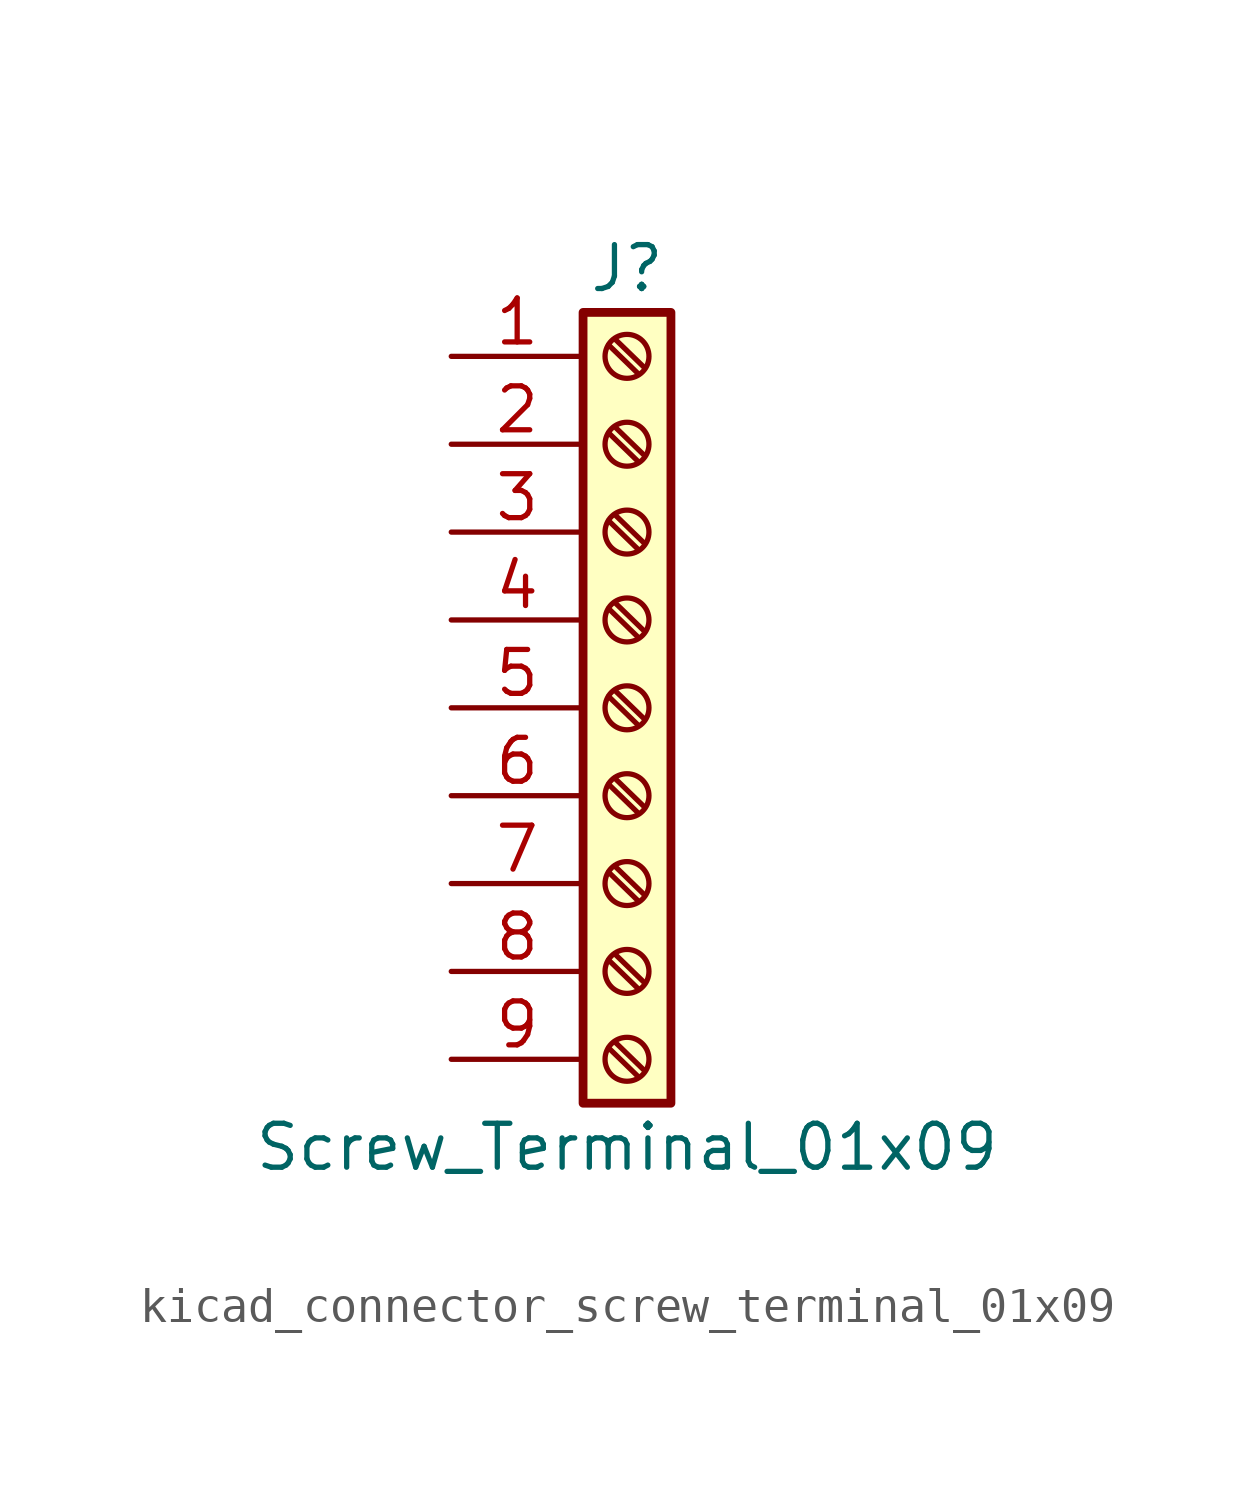
<source format=kicad_sym>
(kicad_symbol_lib
  (version 20220914)
  (generator kicad_symbol_editor)
  (symbol "kicad_connector_screw_terminal_01x09"
    (pin_names
      (offset 1.016) hide)
    (property "Reference" "J"
      (at 0 12.7 0)
      (effects (font (size 1.27 1.27))))
    (property "Value" "Screw_Terminal_01x09"
      (at 0 -12.7 0)
      (effects (font (size 1.27 1.27))))
    (symbol "kicad_connector_screw_terminal_01x09_1_1"
      (rectangle (start -1.27 11.43) (end 1.27 -11.43) (stroke (width 0.254) (type default)) (fill (type background)))
      (circle (center 0 -10.16) (radius 0.635) (stroke (width 0.152) (type default)) (fill (type none)))
      (circle (center 0 -7.62) (radius 0.635) (stroke (width 0.152) (type default)) (fill (type none)))
      (circle (center 0 -5.08) (radius 0.635) (stroke (width 0.152) (type default)) (fill (type none)))
      (circle (center 0 -2.54) (radius 0.635) (stroke (width 0.152) (type default)) (fill (type none)))
      (polyline (pts (xy -0.533 -9.83) (xy 0.33 -10.668)) (stroke (width 0.152) (type default)) (fill (type none)))
      (polyline (pts (xy -0.533 -7.29) (xy 0.33 -8.128)) (stroke (width 0.152) (type default)) (fill (type none)))
      (polyline (pts (xy -0.533 -4.75) (xy 0.33 -5.588)) (stroke (width 0.152) (type default)) (fill (type none)))
      (polyline (pts (xy -0.533 -2.21) (xy 0.33 -3.048)) (stroke (width 0.152) (type default)) (fill (type none)))
      (polyline (pts (xy -0.533 0.33) (xy 0.33 -0.508)) (stroke (width 0.152) (type default)) (fill (type none)))
      (polyline (pts (xy -0.533 2.87) (xy 0.33 2.032)) (stroke (width 0.152) (type default)) (fill (type none)))
      (polyline (pts (xy -0.533 5.41) (xy 0.33 4.572)) (stroke (width 0.152) (type default)) (fill (type none)))
      (polyline (pts (xy -0.533 7.95) (xy 0.33 7.112)) (stroke (width 0.152) (type default)) (fill (type none)))
      (polyline (pts (xy -0.533 10.49) (xy 0.33 9.652)) (stroke (width 0.152) (type default)) (fill (type none)))
      (polyline (pts (xy -0.356 -9.652) (xy 0.508 -10.49)) (stroke (width 0.152) (type default)) (fill (type none)))
      (polyline (pts (xy -0.356 -7.112) (xy 0.508 -7.95)) (stroke (width 0.152) (type default)) (fill (type none)))
      (polyline (pts (xy -0.356 -4.572) (xy 0.508 -5.41)) (stroke (width 0.152) (type default)) (fill (type none)))
      (polyline (pts (xy -0.356 -2.032) (xy 0.508 -2.87)) (stroke (width 0.152) (type default)) (fill (type none)))
      (polyline (pts (xy -0.356 0.508) (xy 0.508 -0.33)) (stroke (width 0.152) (type default)) (fill (type none)))
      (polyline (pts (xy -0.356 3.048) (xy 0.508 2.21)) (stroke (width 0.152) (type default)) (fill (type none)))
      (polyline (pts (xy -0.356 5.588) (xy 0.508 4.75)) (stroke (width 0.152) (type default)) (fill (type none)))
      (polyline (pts (xy -0.356 8.128) (xy 0.508 7.29)) (stroke (width 0.152) (type default)) (fill (type none)))
      (polyline (pts (xy -0.356 10.668) (xy 0.508 9.83)) (stroke (width 0.152) (type default)) (fill (type none)))
      (circle (center 0 0) (radius 0.635) (stroke (width 0.152) (type default)) (fill (type none)))
      (circle (center 0 2.54) (radius 0.635) (stroke (width 0.152) (type default)) (fill (type none)))
      (circle (center 0 5.08) (radius 0.635) (stroke (width 0.152) (type default)) (fill (type none)))
      (circle (center 0 7.62) (radius 0.635) (stroke (width 0.152) (type default)) (fill (type none)))
      (circle (center 0 10.16) (radius 0.635) (stroke (width 0.152) (type default)) (fill (type none)))
      (pin passive line (at -5.08 10.16 0) (length 3.81) (name "Pin_1" (effects (font (size 1.27 1.27)))) (number "1" (effects (font (size 1.27 1.27)))))
      (pin passive line (at -5.08 7.62 0) (length 3.81) (name "Pin_2" (effects (font (size 1.27 1.27)))) (number "2" (effects (font (size 1.27 1.27)))))
      (pin passive line (at -5.08 5.08 0) (length 3.81) (name "Pin_3" (effects (font (size 1.27 1.27)))) (number "3" (effects (font (size 1.27 1.27)))))
      (pin passive line (at -5.08 2.54 0) (length 3.81) (name "Pin_4" (effects (font (size 1.27 1.27)))) (number "4" (effects (font (size 1.27 1.27)))))
      (pin passive line (at -5.08 0 0) (length 3.81) (name "Pin_5" (effects (font (size 1.27 1.27)))) (number "5" (effects (font (size 1.27 1.27)))))
      (pin passive line (at -5.08 -2.54 0) (length 3.81) (name "Pin_6" (effects (font (size 1.27 1.27)))) (number "6" (effects (font (size 1.27 1.27)))))
      (pin passive line (at -5.08 -5.08 0) (length 3.81) (name "Pin_7" (effects (font (size 1.27 1.27)))) (number "7" (effects (font (size 1.27 1.27)))))
      (pin passive line (at -5.08 -7.62 0) (length 3.81) (name "Pin_8" (effects (font (size 1.27 1.27)))) (number "8" (effects (font (size 1.27 1.27)))))
      (pin passive line (at -5.08 -10.16 0) (length 3.81) (name "Pin_9" (effects (font (size 1.27 1.27)))) (number "9" (effects (font (size 1.27 1.27))))))))
</source>
